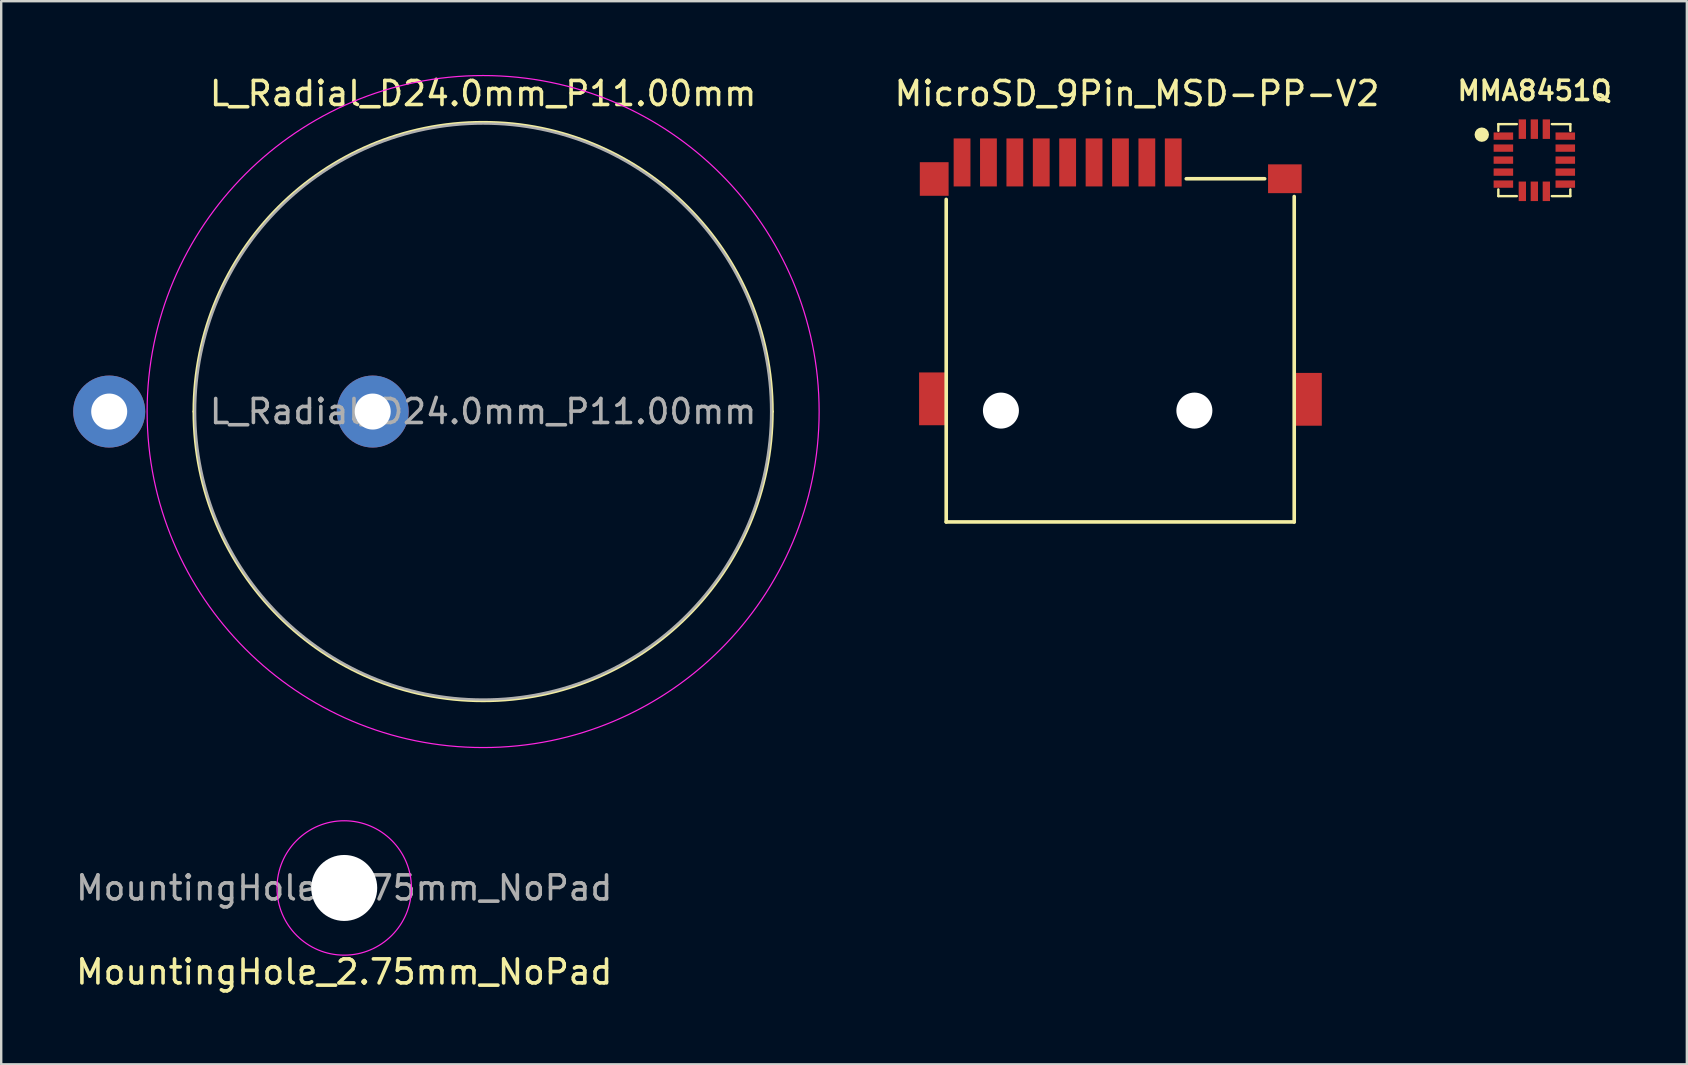
<source format=kicad_pcb>
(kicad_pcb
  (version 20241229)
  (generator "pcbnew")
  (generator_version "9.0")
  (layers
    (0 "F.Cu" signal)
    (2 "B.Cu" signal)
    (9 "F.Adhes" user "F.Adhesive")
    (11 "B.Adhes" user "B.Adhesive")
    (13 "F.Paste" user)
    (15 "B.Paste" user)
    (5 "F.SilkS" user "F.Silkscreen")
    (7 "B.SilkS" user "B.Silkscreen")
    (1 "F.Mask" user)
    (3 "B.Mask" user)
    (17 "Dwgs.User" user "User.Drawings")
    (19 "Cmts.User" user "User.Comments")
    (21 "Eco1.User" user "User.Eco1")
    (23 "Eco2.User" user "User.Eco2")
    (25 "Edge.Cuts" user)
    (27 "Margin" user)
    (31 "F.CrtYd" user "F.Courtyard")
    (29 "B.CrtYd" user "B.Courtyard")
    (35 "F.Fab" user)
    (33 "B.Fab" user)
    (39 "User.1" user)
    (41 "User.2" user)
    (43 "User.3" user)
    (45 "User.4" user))
  (footprint "MMA8451Q"
    (layer "F.Cu")
    (at 60.88 3.561)
    (property "Reference" "MMA8451Q" (at 0.01 -2.83 0) (layer "F.SilkS") (effects (font (size 0.8 0.8) (thickness 0.15))))
    (attr through_hole)
    (fp_line (start -1.5 -1.44) (end -1.5 -1.16) (stroke (width 0.1) (type solid)) (layer "F.SilkS"))
    (fp_line (start -1.5 -1.44) (end -0.73 -1.44) (stroke (width 0.1) (type solid)) (layer "F.SilkS"))
    (fp_line (start -1.5 1.28) (end -1.5 1.56) (stroke (width 0.1) (type solid)) (layer "F.SilkS"))
    (fp_line (start -1.5 1.56) (end -0.73 1.56) (stroke (width 0.1) (type solid)) (layer "F.SilkS"))
    (fp_line (start 0.73 -1.44) (end 1.5 -1.44) (stroke (width 0.1) (type solid)) (layer "F.SilkS"))
    (fp_line (start 0.73 1.56) (end 1.5 1.56) (stroke (width 0.1) (type solid)) (layer "F.SilkS"))
    (fp_line (start 1.5 -1.44) (end 1.5 -1.16) (stroke (width 0.1) (type solid)) (layer "F.SilkS"))
    (fp_line (start 1.5 1.28) (end 1.5 1.56) (stroke (width 0.1) (type solid)) (layer "F.SilkS"))
    (fp_circle (center -2.19 -1) (end -2.04 -1) (stroke (width 0.3) (type solid)) (fill no) (layer "F.SilkS"))
    (pad "1" smd rect (at -1.29 -0.94 90) (size 0.305 0.813) (layers "F.Cu" "F.Mask" "F.Paste"))
    (pad "2" smd rect (at -1.29 -0.44 90) (size 0.305 0.813) (layers "F.Cu" "F.Mask" "F.Paste"))
    (pad "3" smd rect (at -1.29 0.06 90) (size 0.305 0.813) (layers "F.Cu" "F.Mask" "F.Paste"))
    (pad "4" smd rect (at -1.29 0.56 90) (size 0.305 0.813) (layers "F.Cu" "F.Mask" "F.Paste"))
    (pad "5" smd rect (at -1.29 1.06 90) (size 0.305 0.813) (layers "F.Cu" "F.Mask" "F.Paste"))
    (pad "6" smd rect (at -0.5 1.36) (size 0.305 0.813) (layers "F.Cu" "F.Mask" "F.Paste"))
    (pad "7" smd rect (at 0 1.36) (size 0.305 0.813) (layers "F.Cu" "F.Mask" "F.Paste"))
    (pad "8" smd rect (at 0.5 1.36) (size 0.305 0.813) (layers "F.Cu" "F.Mask" "F.Paste"))
    (pad "9" smd rect (at 1.29 1.06 90) (size 0.305 0.813) (layers "F.Cu" "F.Mask" "F.Paste"))
    (pad "10" smd rect (at 1.29 0.56 90) (size 0.305 0.813) (layers "F.Cu" "F.Mask" "F.Paste"))
    (pad "11" smd rect (at 1.29 0.06 90) (size 0.305 0.813) (layers "F.Cu" "F.Mask" "F.Paste"))
    (pad "12" smd rect (at 1.29 -0.44 90) (size 0.305 0.813) (layers "F.Cu" "F.Mask" "F.Paste"))
    (pad "13" smd rect (at 1.29 -0.94 90) (size 0.305 0.813) (layers "F.Cu" "F.Mask" "F.Paste"))
    (pad "14" smd rect (at 0.5 -1.23) (size 0.305 0.813) (layers "F.Cu" "F.Mask" "F.Paste"))
    (pad "15" smd rect (at 0 -1.23) (size 0.305 0.813) (layers "F.Cu" "F.Mask" "F.Paste"))
    (pad "16" smd rect (at -0.5 -1.23) (size 0.305 0.813) (layers "F.Cu" "F.Mask" "F.Paste")))
  (footprint "L_Radial_D24.0mm_P11.00mm"
    (layer "F.Cu")
    (at 5.08 14.098)
    (property "Reference" "L_Radial_D24.0mm_P11.00mm" (at 12 -13.25 0) (layer "F.SilkS") (effects (font (size 1 1) (thickness 0.15))))
    (attr through_hole)
    (fp_arc (start -0.05 0) (mid 12 -12.05) (end 24.05 0) (stroke (width 0.12) (type solid)) (layer "F.SilkS"))
    (fp_arc (start 24.05 0) (mid 12 12.05) (end -0.05 0) (stroke (width 0.12) (type solid)) (layer "F.SilkS"))
    (fp_circle (center 12 0) (end 26 0) (stroke (width 0.05) (type solid)) (fill no) (layer "F.CrtYd"))
    (fp_circle (center 12 0) (end 24 0) (stroke (width 0.1) (type solid)) (fill no) (layer "F.Fab"))
    (fp_text user "${REFERENCE}" (at 12 0 0) (layer "F.Fab") (effects (font (size 1 1) (thickness 0.15))))
    (pad "1" thru_hole circle (at -3.58 0) (size 3 3) (drill 1.5) (layers "*.Cu" "*.Mask"))
    (pad "2" thru_hole circle (at 7.4 0) (size 3 3) (drill 1.5) (layers "*.Cu" "*.Mask")))
  (footprint "MicroSD_9Pin_MSD-PP-V2"
    (layer "F.Cu")
    (at 44.355 9.228)
    (property "Reference" "MicroSD_9Pin_MSD-PP-V2" (at -0.03 -8.38 0) (layer "F.SilkS") (effects (font (size 1 1) (thickness 0.15))))
    (attr through_hole)
    (fp_line (start -7.98 -3.97) (end -7.98 9.47) (stroke (width 0.15) (type solid)) (layer "F.SilkS"))
    (fp_line (start -7.98 9.47) (end 6.52 9.47) (stroke (width 0.15) (type solid)) (layer "F.SilkS"))
    (fp_line (start 2.022 -4.83) (end 5.29 -4.83) (stroke (width 0.15) (type solid)) (layer "F.SilkS"))
    (fp_line (start 6.52 -4.09) (end 6.52 9.47) (stroke (width 0.15) (type solid)) (layer "F.SilkS"))
    (pad "" np_thru_hole circle (at -5.7 4.83) (size 1.5 1.5) (drill 1.5) (layers "*.Cu" "*.Mask"))
    (pad "" np_thru_hole circle (at 2.36 4.83) (size 1.5 1.5) (drill 1.5) (layers "*.Cu" "*.Mask"))
    (pad "1" smd rect (at 1.48 -5.51) (size 0.7 2) (layers "F.Cu" "F.Mask" "F.Paste"))
    (pad "2" smd rect (at 0.38 -5.51) (size 0.7 2) (layers "F.Cu" "F.Mask" "F.Paste"))
    (pad "3" smd rect (at -0.72 -5.51) (size 0.7 2) (layers "F.Cu" "F.Mask" "F.Paste"))
    (pad "4" smd rect (at -1.82 -5.51) (size 0.7 2) (layers "F.Cu" "F.Mask" "F.Paste"))
    (pad "5" smd rect (at -2.92 -5.51) (size 0.7 2) (layers "F.Cu" "F.Mask" "F.Paste"))
    (pad "6" smd rect (at -4.02 -5.51) (size 0.7 2) (layers "F.Cu" "F.Mask" "F.Paste"))
    (pad "7" smd rect (at -5.12 -5.51) (size 0.7 2) (layers "F.Cu" "F.Mask" "F.Paste"))
    (pad "8" smd rect (at -6.22 -5.51) (size 0.7 2) (layers "F.Cu" "F.Mask" "F.Paste"))
    (pad "9" smd rect (at -7.32 -5.51) (size 0.7 2) (layers "F.Cu" "F.Mask" "F.Paste"))
    (pad "10" smd rect (at -8.51 4.34) (size 1.2 2.2) (layers "F.Cu" "F.Mask" "F.Paste"))
    (pad "10" smd rect (at -8.48 -4.82 180) (size 1.2 1.4) (layers "F.Cu" "F.Mask" "F.Paste"))
    (pad "10" smd rect (at 6.13 -4.83 90) (size 1.2 1.4) (layers "F.Cu" "F.Mask" "F.Paste"))
    (pad "10" smd rect (at 7.07 4.36) (size 1.2 2.2) (layers "F.Cu" "F.Mask" "F.Paste")))
  (footprint "MountingHole_2.75mm_NoPad"
    (layer "F.Cu")
    (at 11.292 33.948)
    (property "Reference" "MountingHole_2.75mm_NoPad" (at 0 3.5 0) (layer "F.SilkS") (effects (font (size 1 1) (thickness 0.15))))
    (attr through_hole)
    (fp_circle (center 0 0) (end 2.8 0) (stroke (width 0.05) (type solid)) (fill no) (layer "F.CrtYd"))
    (fp_text user "${REFERENCE}" (at 0 0 0) (layer "F.Fab") (effects (font (size 1 1) (thickness 0.15))))
    (pad "" np_thru_hole circle (at 0 0) (size 2.75 2.75) (drill 2.75) (layers "*.Cu" "*.Mask")))
  (gr_rect
    (start -3 -3)
    (end 67.235 41.297)
    (stroke (width 0.1) (type default))
    (fill no)
    (layer "Edge.Cuts")))
</source>
